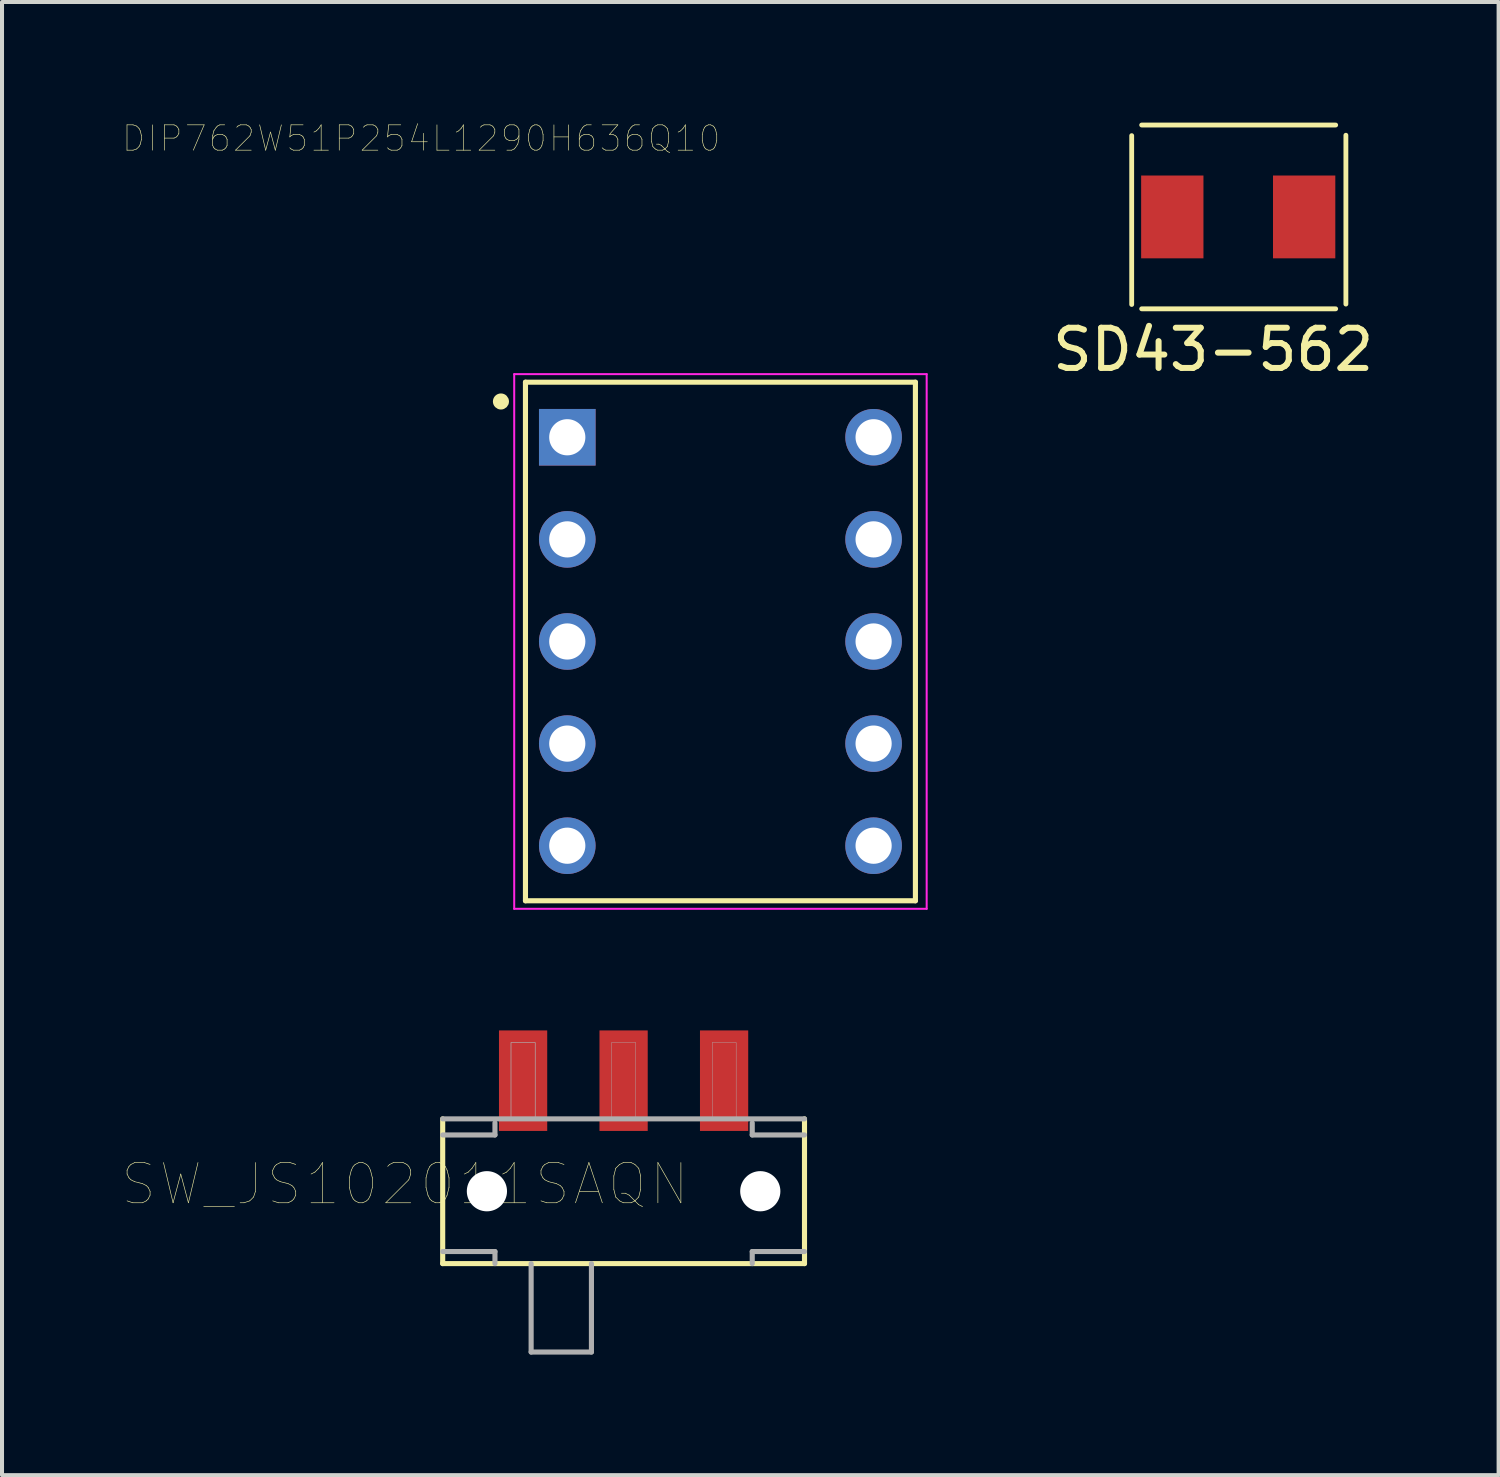
<source format=kicad_pcb>
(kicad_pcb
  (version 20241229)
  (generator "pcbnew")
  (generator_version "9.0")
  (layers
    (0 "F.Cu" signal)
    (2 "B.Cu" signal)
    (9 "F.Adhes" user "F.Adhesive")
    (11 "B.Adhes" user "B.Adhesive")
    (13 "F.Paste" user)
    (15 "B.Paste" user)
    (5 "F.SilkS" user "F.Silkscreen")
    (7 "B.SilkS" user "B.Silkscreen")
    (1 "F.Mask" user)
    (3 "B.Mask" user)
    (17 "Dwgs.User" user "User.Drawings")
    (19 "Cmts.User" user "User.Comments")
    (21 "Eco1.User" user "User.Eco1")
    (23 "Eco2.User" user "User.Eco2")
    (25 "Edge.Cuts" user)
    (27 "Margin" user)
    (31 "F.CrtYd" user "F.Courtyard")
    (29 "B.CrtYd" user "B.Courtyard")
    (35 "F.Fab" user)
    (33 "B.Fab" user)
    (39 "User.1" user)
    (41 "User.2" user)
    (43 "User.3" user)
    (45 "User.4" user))
  (footprint "SW_JS102011SAQN"
    (layer "F.Cu")
    (at 12.462 26.582)
    (property "Reference" "SW_JS102011SAQN" (at -5.439 -0.175 180) (layer "F.SilkS") (effects (font (size 1.001 1.001) (thickness 0.015))))
    (attr through_hole)
    (fp_line (start -4.5 -1.8) (end -4.5 1.8) (stroke (width 0.127) (type solid)) (layer "F.SilkS"))
    (fp_line (start -4.5 1.8) (end 4.5 1.8) (stroke (width 0.127) (type solid)) (layer "F.SilkS"))
    (fp_line (start 4.5 -1.8) (end 4.5 1.8) (stroke (width 0.127) (type solid)) (layer "F.SilkS"))
    (fp_line (start -4.5 -1.8) (end 4.5 -1.8) (stroke (width 0.127) (type solid)) (layer "F.Fab"))
    (fp_line (start -4.5 -1.4) (end -3.2 -1.4) (stroke (width 0.127) (type solid)) (layer "F.Fab"))
    (fp_line (start -4.5 1.5) (end -3.2 1.5) (stroke (width 0.127) (type solid)) (layer "F.Fab"))
    (fp_line (start -3.2 -1.7) (end -3.2 -1.4) (stroke (width 0.127) (type solid)) (layer "F.Fab"))
    (fp_line (start -3.2 1.5) (end -3.2 1.8) (stroke (width 0.127) (type solid)) (layer "F.Fab"))
    (fp_line (start -2.3 1.8) (end -2.3 4) (stroke (width 0.127) (type solid)) (layer "F.Fab"))
    (fp_line (start -2.3 4) (end -0.8 4) (stroke (width 0.127) (type solid)) (layer "F.Fab"))
    (fp_line (start -0.8 4) (end -0.8 1.8) (stroke (width 0.127) (type solid)) (layer "F.Fab"))
    (fp_line (start 3.2 -1.7) (end 3.2 -1.4) (stroke (width 0.127) (type solid)) (layer "F.Fab"))
    (fp_line (start 3.2 -1.4) (end 4.5 -1.4) (stroke (width 0.127) (type solid)) (layer "F.Fab"))
    (fp_line (start 3.2 1.5) (end 3.2 1.8) (stroke (width 0.127) (type solid)) (layer "F.Fab"))
    (fp_line (start 3.2 1.5) (end 4.5 1.5) (stroke (width 0.127) (type solid)) (layer "F.Fab"))
    (fp_poly (pts (xy -2.801 -3.7) (xy -2.2 -3.7) (xy -2.2 -1.801) (xy -2.801 -1.801)) (stroke (width 0.01) (type solid)) (fill no) (layer "F.Fab"))
    (fp_poly (pts (xy -2.801 -3.7) (xy -2.2 -3.7) (xy -2.2 -1.801) (xy -2.801 -1.801)) (stroke (width 0.01) (type solid)) (fill no) (layer "F.Fab"))
    (fp_poly (pts (xy -0.3 -3.7) (xy 0.3 -3.7) (xy 0.3 -1.8) (xy -0.3 -1.8)) (stroke (width 0.01) (type solid)) (fill no) (layer "F.Fab"))
    (fp_poly (pts (xy 2.204 -3.7) (xy 2.8 -3.7) (xy 2.8 -1.803) (xy 2.204 -1.803)) (stroke (width 0.01) (type solid)) (fill no) (layer "F.Fab"))
    (pad "" np_thru_hole circle (at -3.4 0) (size 1 1) (drill 1) (layers "*.Cu" "*.Mask"))
    (pad "" np_thru_hole circle (at 3.4 0) (size 1 1) (drill 1) (layers "*.Cu" "*.Mask"))
    (pad "1" smd rect (at -2.5 -2.75) (size 1.2 2.5) (layers "F.Cu" "F.Mask" "F.Paste"))
    (pad "2" smd rect (at 0 -2.75) (size 1.2 2.5) (layers "F.Cu" "F.Mask" "F.Paste"))
    (pad "3" smd rect (at 2.5 -2.75) (size 1.2 2.5) (layers "F.Cu" "F.Mask" "F.Paste")))
  (footprint "DIP762W51P254L1290H636Q10"
    (layer "F.Cu")
    (at 14.871 12.907)
    (property "Reference" "DIP762W51P254L1290H636Q10" (at -7.442 -12.512 0) (layer "F.SilkS") (effects (font (size 0.63 0.63) (thickness 0.015))))
    (attr through_hole)
    (fp_line (start -4.85 -6.45) (end 4.85 -6.45) (stroke (width 0.127) (type solid)) (layer "F.SilkS"))
    (fp_line (start -4.85 6.45) (end -4.85 -6.45) (stroke (width 0.127) (type solid)) (layer "F.SilkS"))
    (fp_line (start 4.85 -6.45) (end 4.85 6.45) (stroke (width 0.127) (type solid)) (layer "F.SilkS"))
    (fp_line (start 4.85 6.45) (end -4.85 6.45) (stroke (width 0.127) (type solid)) (layer "F.SilkS"))
    (fp_circle (center -5.46 -5.97) (end -5.36 -5.97) (stroke (width 0.2) (type solid)) (fill no) (layer "F.SilkS"))
    (fp_line (start -5.13 -6.65) (end -5.13 6.65) (stroke (width 0.05) (type solid)) (layer "F.CrtYd"))
    (fp_line (start -5.13 6.65) (end 5.13 6.65) (stroke (width 0.05) (type solid)) (layer "F.CrtYd"))
    (fp_line (start 5.13 -6.65) (end -5.13 -6.65) (stroke (width 0.05) (type solid)) (layer "F.CrtYd"))
    (fp_line (start 5.13 6.65) (end 5.13 -6.65) (stroke (width 0.05) (type solid)) (layer "F.CrtYd"))
    (pad "1" thru_hole rect (at -3.81 -5.08) (size 1.408 1.408) (drill 0.9) (layers "*.Cu" "*.Mask"))
    (pad "2" thru_hole circle (at -3.81 -2.54) (size 1.408 1.408) (drill 0.9) (layers "*.Cu" "*.Mask"))
    (pad "3" thru_hole circle (at -3.81 0) (size 1.408 1.408) (drill 0.9) (layers "*.Cu" "*.Mask"))
    (pad "4" thru_hole circle (at -3.81 2.54) (size 1.408 1.408) (drill 0.9) (layers "*.Cu" "*.Mask"))
    (pad "5" thru_hole circle (at -3.81 5.08) (size 1.408 1.408) (drill 0.9) (layers "*.Cu" "*.Mask"))
    (pad "6" thru_hole circle (at 3.81 5.08) (size 1.408 1.408) (drill 0.9) (layers "*.Cu" "*.Mask"))
    (pad "7" thru_hole circle (at 3.81 2.54) (size 1.408 1.408) (drill 0.9) (layers "*.Cu" "*.Mask"))
    (pad "8" thru_hole circle (at 3.81 0) (size 1.408 1.408) (drill 0.9) (layers "*.Cu" "*.Mask"))
    (pad "9" thru_hole circle (at 3.81 -2.54) (size 1.408 1.408) (drill 0.9) (layers "*.Cu" "*.Mask"))
    (pad "10" thru_hole circle (at 3.81 -5.08) (size 1.408 1.408) (drill 0.9) (layers "*.Cu" "*.Mask")))
  (footprint "SD43-562"
    (layer "F.Cu")
    (at 26.111 2.346)
    (property "Reference" "SD43-562" (at 1.016 3.302 0) (layer "F.SilkS") (effects (font (size 1 1) (thickness 0.15))))
    (attr through_hole)
    (fp_line (start -1.01 -2.022) (end -1.01 2.178) (stroke (width 0.12) (type solid)) (layer "F.SilkS"))
    (fp_line (start -0.762 -2.286) (end 4.064 -2.286) (stroke (width 0.12) (type solid)) (layer "F.SilkS"))
    (fp_line (start -0.762 2.286) (end 4.064 2.286) (stroke (width 0.12) (type solid)) (layer "F.SilkS"))
    (fp_line (start 4.318 -2.032) (end 4.318 2.168) (stroke (width 0.12) (type solid)) (layer "F.SilkS"))
    (pad "1" smd rect (at 0 0) (size 1.55 2.06) (layers "F.Cu" "F.Mask" "F.Paste"))
    (pad "2" smd rect (at 3.28 0) (size 1.55 2.06) (layers "F.Cu" "F.Mask" "F.Paste")))
  (gr_rect
    (start -3 -3)
    (end 34.228 33.645)
    (stroke (width 0.1) (type default))
    (fill no)
    (layer "Edge.Cuts")))
</source>
